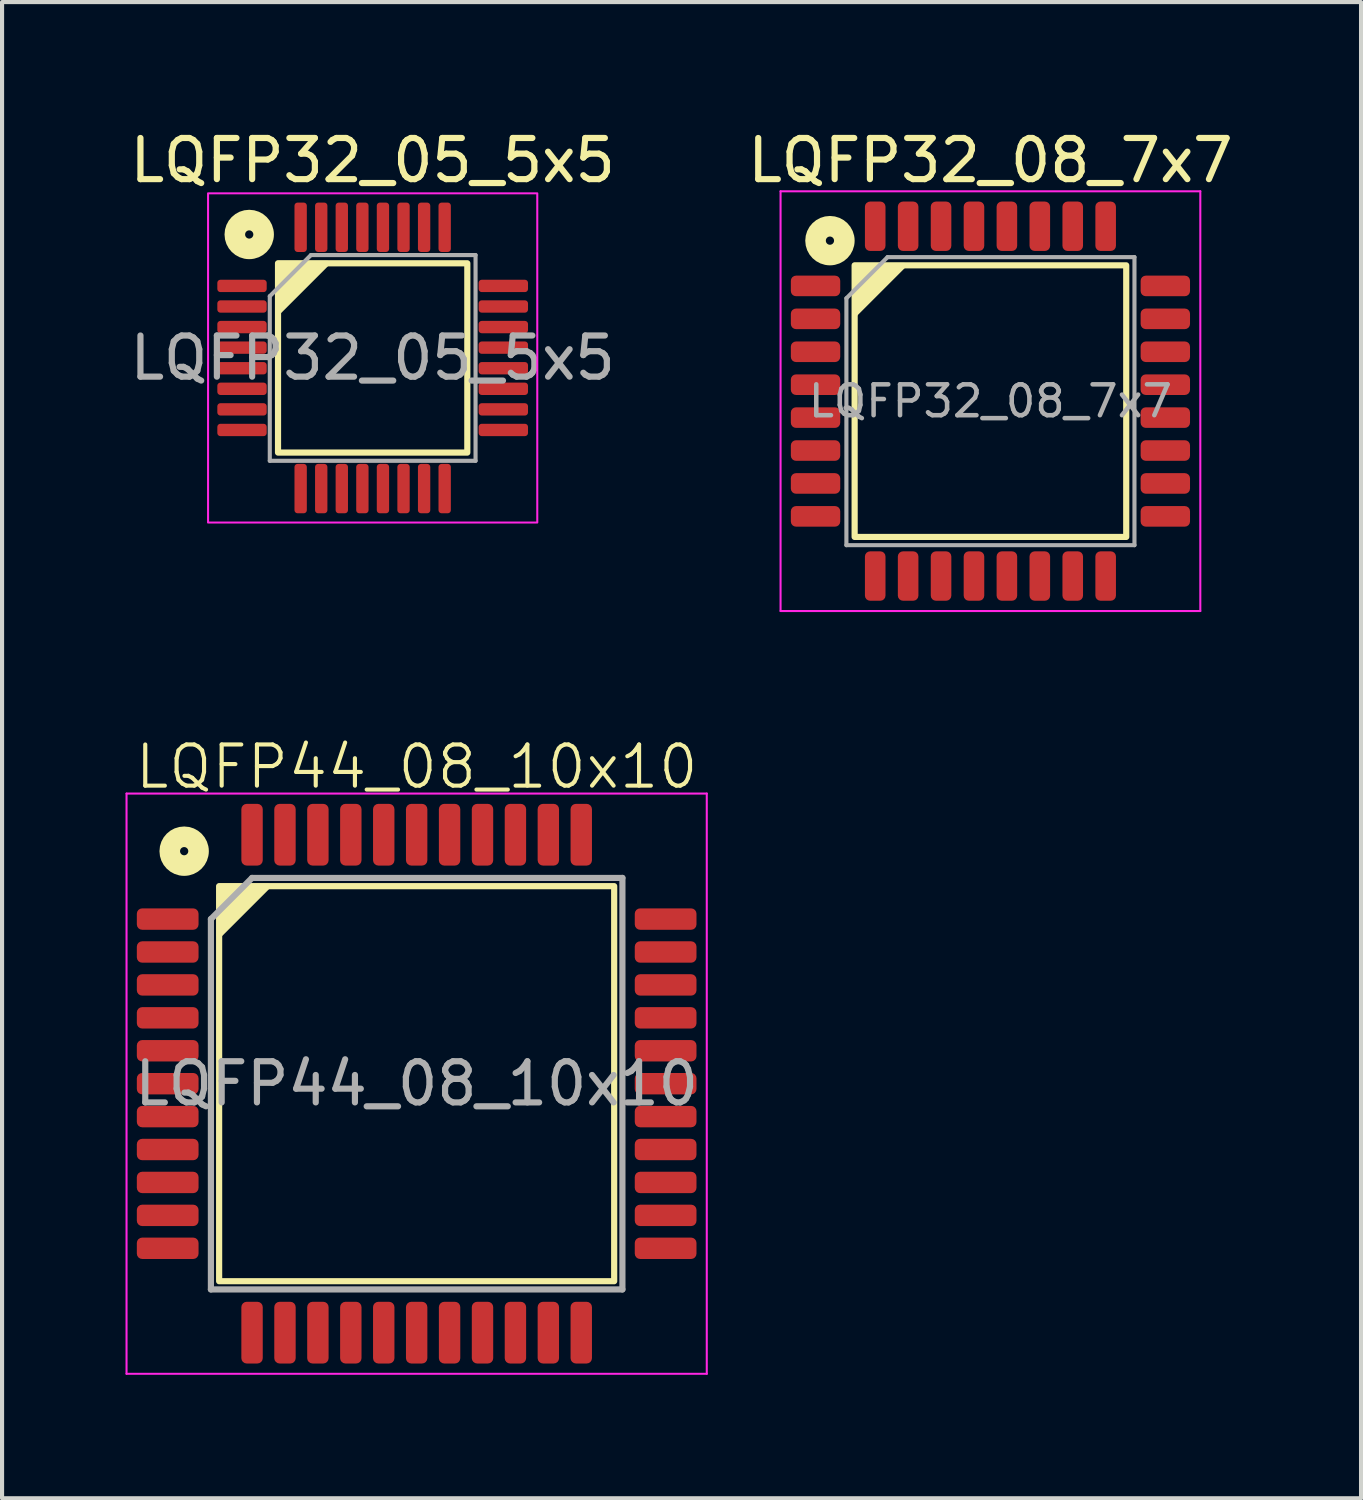
<source format=kicad_pcb>
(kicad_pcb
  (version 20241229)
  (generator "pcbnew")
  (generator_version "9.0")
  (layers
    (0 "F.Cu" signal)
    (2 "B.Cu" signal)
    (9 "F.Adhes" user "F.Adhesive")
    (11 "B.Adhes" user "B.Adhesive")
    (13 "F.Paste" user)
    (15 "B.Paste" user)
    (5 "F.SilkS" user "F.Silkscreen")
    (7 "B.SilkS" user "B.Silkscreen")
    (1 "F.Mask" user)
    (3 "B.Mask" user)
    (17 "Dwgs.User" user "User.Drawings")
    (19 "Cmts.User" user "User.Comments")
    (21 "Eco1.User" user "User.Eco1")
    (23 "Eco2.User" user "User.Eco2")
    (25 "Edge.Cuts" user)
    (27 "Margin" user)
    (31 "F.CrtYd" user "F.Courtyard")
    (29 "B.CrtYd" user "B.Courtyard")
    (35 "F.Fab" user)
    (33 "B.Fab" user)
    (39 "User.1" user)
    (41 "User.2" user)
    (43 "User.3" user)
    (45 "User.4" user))
  (footprint "LQFP32_05_5x5"
    (layer "F.Cu")
    (at 6.006 5.648)
    (property "Reference" "LQFP32_05_5x5" (at 0 -4.8 0) (layer "F.SilkS") (effects (font (size 1 1) (thickness 0.15))))
    (attr smd)
    (fp_rect (start -2.3 -2.3) (end 2.3 2.3) (stroke (width 0.15) (type default)) (fill no) (layer "F.SilkS"))
    (fp_circle (center -3 -3) (end -2.9 -3) (stroke (width 0.5) (type solid)) (fill no) (layer "F.SilkS"))
    (fp_poly (pts (xy -2.3 -1.1) (xy -2.3 -2.3) (xy -1.1 -2.3)) (stroke (width 0.12) (type solid)) (fill yes) (layer "F.SilkS"))
    (fp_rect (start -4 -4) (end 4 4) (stroke (width 0.05) (type default)) (fill no) (layer "F.CrtYd"))
    (fp_line (start -2.5 -1.5) (end -1.5 -2.5) (stroke (width 0.1) (type solid)) (layer "F.Fab"))
    (fp_line (start -2.5 2.5) (end -2.5 -1.5) (stroke (width 0.1) (type solid)) (layer "F.Fab"))
    (fp_line (start -1.5 -2.5) (end 2.5 -2.5) (stroke (width 0.1) (type solid)) (layer "F.Fab"))
    (fp_line (start 2.5 -2.5) (end 2.5 2.5) (stroke (width 0.1) (type solid)) (layer "F.Fab"))
    (fp_line (start 2.5 2.5) (end -2.5 2.5) (stroke (width 0.1) (type solid)) (layer "F.Fab"))
    (fp_text user "${REFERENCE}" (at 0 0 0) (layer "F.Fab") (effects (font (size 1 1) (thickness 0.15))))
    (pad "1" smd roundrect (at -3.175 -1.75) (size 1.2 0.3) (layers "F.Cu" "F.Mask" "F.Paste") (roundrect_rratio 0.25))
    (pad "2" smd roundrect (at -3.175 -1.25) (size 1.2 0.3) (layers "F.Cu" "F.Mask" "F.Paste") (roundrect_rratio 0.25))
    (pad "3" smd roundrect (at -3.175 -0.75) (size 1.2 0.3) (layers "F.Cu" "F.Mask" "F.Paste") (roundrect_rratio 0.25))
    (pad "4" smd roundrect (at -3.175 -0.25) (size 1.2 0.3) (layers "F.Cu" "F.Mask" "F.Paste") (roundrect_rratio 0.25))
    (pad "5" smd roundrect (at -3.175 0.25) (size 1.2 0.3) (layers "F.Cu" "F.Mask" "F.Paste") (roundrect_rratio 0.25))
    (pad "6" smd roundrect (at -3.175 0.75) (size 1.2 0.3) (layers "F.Cu" "F.Mask" "F.Paste") (roundrect_rratio 0.25))
    (pad "7" smd roundrect (at -3.175 1.25) (size 1.2 0.3) (layers "F.Cu" "F.Mask" "F.Paste") (roundrect_rratio 0.25))
    (pad "8" smd roundrect (at -3.175 1.75) (size 1.2 0.3) (layers "F.Cu" "F.Mask" "F.Paste") (roundrect_rratio 0.25))
    (pad "9" smd roundrect (at -1.75 3.175) (size 0.3 1.2) (layers "F.Cu" "F.Mask" "F.Paste") (roundrect_rratio 0.25))
    (pad "10" smd roundrect (at -1.25 3.175) (size 0.3 1.2) (layers "F.Cu" "F.Mask" "F.Paste") (roundrect_rratio 0.25))
    (pad "11" smd roundrect (at -0.75 3.175) (size 0.3 1.2) (layers "F.Cu" "F.Mask" "F.Paste") (roundrect_rratio 0.25))
    (pad "12" smd roundrect (at -0.25 3.175) (size 0.3 1.2) (layers "F.Cu" "F.Mask" "F.Paste") (roundrect_rratio 0.25))
    (pad "13" smd roundrect (at 0.25 3.175) (size 0.3 1.2) (layers "F.Cu" "F.Mask" "F.Paste") (roundrect_rratio 0.25))
    (pad "14" smd roundrect (at 0.75 3.175) (size 0.3 1.2) (layers "F.Cu" "F.Mask" "F.Paste") (roundrect_rratio 0.25))
    (pad "15" smd roundrect (at 1.25 3.175) (size 0.3 1.2) (layers "F.Cu" "F.Mask" "F.Paste") (roundrect_rratio 0.25))
    (pad "16" smd roundrect (at 1.75 3.175) (size 0.3 1.2) (layers "F.Cu" "F.Mask" "F.Paste") (roundrect_rratio 0.25))
    (pad "17" smd roundrect (at 3.175 1.75) (size 1.2 0.3) (layers "F.Cu" "F.Mask" "F.Paste") (roundrect_rratio 0.25))
    (pad "18" smd roundrect (at 3.175 1.25) (size 1.2 0.3) (layers "F.Cu" "F.Mask" "F.Paste") (roundrect_rratio 0.25))
    (pad "19" smd roundrect (at 3.175 0.75) (size 1.2 0.3) (layers "F.Cu" "F.Mask" "F.Paste") (roundrect_rratio 0.25))
    (pad "20" smd roundrect (at 3.175 0.25) (size 1.2 0.3) (layers "F.Cu" "F.Mask" "F.Paste") (roundrect_rratio 0.25))
    (pad "21" smd roundrect (at 3.175 -0.25) (size 1.2 0.3) (layers "F.Cu" "F.Mask" "F.Paste") (roundrect_rratio 0.25))
    (pad "22" smd roundrect (at 3.175 -0.75) (size 1.2 0.3) (layers "F.Cu" "F.Mask" "F.Paste") (roundrect_rratio 0.25))
    (pad "23" smd roundrect (at 3.175 -1.25) (size 1.2 0.3) (layers "F.Cu" "F.Mask" "F.Paste") (roundrect_rratio 0.25))
    (pad "24" smd roundrect (at 3.175 -1.75) (size 1.2 0.3) (layers "F.Cu" "F.Mask" "F.Paste") (roundrect_rratio 0.25))
    (pad "25" smd roundrect (at 1.75 -3.175) (size 0.3 1.2) (layers "F.Cu" "F.Mask" "F.Paste") (roundrect_rratio 0.25))
    (pad "26" smd roundrect (at 1.25 -3.175) (size 0.3 1.2) (layers "F.Cu" "F.Mask" "F.Paste") (roundrect_rratio 0.25))
    (pad "27" smd roundrect (at 0.75 -3.175) (size 0.3 1.2) (layers "F.Cu" "F.Mask" "F.Paste") (roundrect_rratio 0.25))
    (pad "28" smd roundrect (at 0.25 -3.175) (size 0.3 1.2) (layers "F.Cu" "F.Mask" "F.Paste") (roundrect_rratio 0.25))
    (pad "29" smd roundrect (at -0.25 -3.175) (size 0.3 1.2) (layers "F.Cu" "F.Mask" "F.Paste") (roundrect_rratio 0.25))
    (pad "30" smd roundrect (at -0.75 -3.175) (size 0.3 1.2) (layers "F.Cu" "F.Mask" "F.Paste") (roundrect_rratio 0.25))
    (pad "31" smd roundrect (at -1.25 -3.175) (size 0.3 1.2) (layers "F.Cu" "F.Mask" "F.Paste") (roundrect_rratio 0.25))
    (pad "32" smd roundrect (at -1.75 -3.175) (size 0.3 1.2) (layers "F.Cu" "F.Mask" "F.Paste") (roundrect_rratio 0.25)))
  (footprint "LQFP44_08_10x10"
    (layer "F.Cu")
    (at 7.075 23.284)
    (property "Reference" "LQFP44_08_10x10" (at 0 -7.7 0) (unlocked yes) (layer "F.SilkS") (effects (font (size 1 1) (thickness 0.1))))
    (attr smd)
    (fp_rect (start -4.8 4.8) (end 4.8 -4.8) (stroke (width 0.15) (type solid)) (fill no) (layer "F.SilkS"))
    (fp_circle (center -5.65 -5.65) (end -5.55 -5.65) (stroke (width 0.5) (type solid)) (fill no) (layer "F.SilkS"))
    (fp_poly (pts (xy -4.8 -3.6) (xy -4.8 -4.8) (xy -3.6 -4.8)) (stroke (width 0.12) (type solid)) (fill yes) (layer "F.SilkS"))
    (fp_line (start -7.05 -7.05) (end -7.05 7.05) (stroke (width 0.05) (type solid)) (layer "F.CrtYd"))
    (fp_line (start -7.05 -7.05) (end 7.05 -7.05) (stroke (width 0.05) (type solid)) (layer "F.CrtYd"))
    (fp_line (start -7.05 7.05) (end 7.05 7.05) (stroke (width 0.05) (type solid)) (layer "F.CrtYd"))
    (fp_line (start 7.05 -7.05) (end 7.05 7.05) (stroke (width 0.05) (type solid)) (layer "F.CrtYd"))
    (fp_line (start -5 -4) (end -4 -5) (stroke (width 0.15) (type solid)) (layer "F.Fab"))
    (fp_line (start -5 5) (end -5 -4) (stroke (width 0.15) (type solid)) (layer "F.Fab"))
    (fp_line (start -4 -5) (end 5 -5) (stroke (width 0.15) (type solid)) (layer "F.Fab"))
    (fp_line (start 5 -5) (end 5 5) (stroke (width 0.15) (type solid)) (layer "F.Fab"))
    (fp_line (start 5 5) (end -5 5) (stroke (width 0.15) (type solid)) (layer "F.Fab"))
    (fp_text user "${REFERENCE}" (at 0 0 0) (layer "F.Fab") (effects (font (size 1 1) (thickness 0.15))))
    (pad "1" smd roundrect (at -6.05 -4) (size 1.5 0.52) (layers "F.Cu" "F.Mask" "F.Paste") (roundrect_rratio 0.25))
    (pad "2" smd roundrect (at -6.05 -3.2) (size 1.5 0.52) (layers "F.Cu" "F.Mask" "F.Paste") (roundrect_rratio 0.25))
    (pad "3" smd roundrect (at -6.05 -2.4) (size 1.5 0.52) (layers "F.Cu" "F.Mask" "F.Paste") (roundrect_rratio 0.25))
    (pad "4" smd roundrect (at -6.05 -1.6) (size 1.5 0.52) (layers "F.Cu" "F.Mask" "F.Paste") (roundrect_rratio 0.25))
    (pad "5" smd roundrect (at -6.05 -0.8) (size 1.5 0.52) (layers "F.Cu" "F.Mask" "F.Paste") (roundrect_rratio 0.25))
    (pad "6" smd roundrect (at -6.05 0) (size 1.5 0.52) (layers "F.Cu" "F.Mask" "F.Paste") (roundrect_rratio 0.25))
    (pad "7" smd roundrect (at -6.05 0.8) (size 1.5 0.52) (layers "F.Cu" "F.Mask" "F.Paste") (roundrect_rratio 0.25))
    (pad "8" smd roundrect (at -6.05 1.6) (size 1.5 0.52) (layers "F.Cu" "F.Mask" "F.Paste") (roundrect_rratio 0.25))
    (pad "9" smd roundrect (at -6.05 2.4) (size 1.5 0.52) (layers "F.Cu" "F.Mask" "F.Paste") (roundrect_rratio 0.25))
    (pad "10" smd roundrect (at -6.05 3.2) (size 1.5 0.52) (layers "F.Cu" "F.Mask" "F.Paste") (roundrect_rratio 0.25))
    (pad "11" smd roundrect (at -6.05 4) (size 1.5 0.52) (layers "F.Cu" "F.Mask" "F.Paste") (roundrect_rratio 0.25))
    (pad "12" smd roundrect (at -4 6.05) (size 0.52 1.5) (layers "F.Cu" "F.Mask" "F.Paste") (roundrect_rratio 0.25))
    (pad "13" smd roundrect (at -3.2 6.05) (size 0.52 1.5) (layers "F.Cu" "F.Mask" "F.Paste") (roundrect_rratio 0.25))
    (pad "14" smd roundrect (at -2.4 6.05) (size 0.52 1.5) (layers "F.Cu" "F.Mask" "F.Paste") (roundrect_rratio 0.25))
    (pad "15" smd roundrect (at -1.6 6.05) (size 0.52 1.5) (layers "F.Cu" "F.Mask" "F.Paste") (roundrect_rratio 0.25))
    (pad "16" smd roundrect (at -0.8 6.05) (size 0.52 1.5) (layers "F.Cu" "F.Mask" "F.Paste") (roundrect_rratio 0.25))
    (pad "17" smd roundrect (at 0 6.05) (size 0.52 1.5) (layers "F.Cu" "F.Mask" "F.Paste") (roundrect_rratio 0.25))
    (pad "18" smd roundrect (at 0.8 6.05) (size 0.52 1.5) (layers "F.Cu" "F.Mask" "F.Paste") (roundrect_rratio 0.25))
    (pad "19" smd roundrect (at 1.6 6.05) (size 0.52 1.5) (layers "F.Cu" "F.Mask" "F.Paste") (roundrect_rratio 0.25))
    (pad "20" smd roundrect (at 2.4 6.05) (size 0.52 1.5) (layers "F.Cu" "F.Mask" "F.Paste") (roundrect_rratio 0.25))
    (pad "21" smd roundrect (at 3.2 6.05) (size 0.52 1.5) (layers "F.Cu" "F.Mask" "F.Paste") (roundrect_rratio 0.25))
    (pad "22" smd roundrect (at 4 6.05) (size 0.52 1.5) (layers "F.Cu" "F.Mask" "F.Paste") (roundrect_rratio 0.25))
    (pad "23" smd roundrect (at 6.05 4) (size 1.5 0.52) (layers "F.Cu" "F.Mask" "F.Paste") (roundrect_rratio 0.25))
    (pad "24" smd roundrect (at 6.05 3.2) (size 1.5 0.52) (layers "F.Cu" "F.Mask" "F.Paste") (roundrect_rratio 0.25))
    (pad "25" smd roundrect (at 6.05 2.4) (size 1.5 0.52) (layers "F.Cu" "F.Mask" "F.Paste") (roundrect_rratio 0.25))
    (pad "26" smd roundrect (at 6.05 1.6) (size 1.5 0.52) (layers "F.Cu" "F.Mask" "F.Paste") (roundrect_rratio 0.25))
    (pad "27" smd roundrect (at 6.05 0.8) (size 1.5 0.52) (layers "F.Cu" "F.Mask" "F.Paste") (roundrect_rratio 0.25))
    (pad "28" smd roundrect (at 6.05 0) (size 1.5 0.52) (layers "F.Cu" "F.Mask" "F.Paste") (roundrect_rratio 0.25))
    (pad "29" smd roundrect (at 6.05 -0.8) (size 1.5 0.52) (layers "F.Cu" "F.Mask" "F.Paste") (roundrect_rratio 0.25))
    (pad "30" smd roundrect (at 6.05 -1.6) (size 1.5 0.52) (layers "F.Cu" "F.Mask" "F.Paste") (roundrect_rratio 0.25))
    (pad "31" smd roundrect (at 6.05 -2.4) (size 1.5 0.52) (layers "F.Cu" "F.Mask" "F.Paste") (roundrect_rratio 0.25))
    (pad "32" smd roundrect (at 6.05 -3.2) (size 1.5 0.52) (layers "F.Cu" "F.Mask" "F.Paste") (roundrect_rratio 0.25))
    (pad "33" smd roundrect (at 6.05 -4) (size 1.5 0.52) (layers "F.Cu" "F.Mask" "F.Paste") (roundrect_rratio 0.25))
    (pad "34" smd roundrect (at 4 -6.05) (size 0.52 1.5) (layers "F.Cu" "F.Mask" "F.Paste") (roundrect_rratio 0.25))
    (pad "35" smd roundrect (at 3.2 -6.05) (size 0.52 1.5) (layers "F.Cu" "F.Mask" "F.Paste") (roundrect_rratio 0.25))
    (pad "36" smd roundrect (at 2.4 -6.05) (size 0.52 1.5) (layers "F.Cu" "F.Mask" "F.Paste") (roundrect_rratio 0.25))
    (pad "37" smd roundrect (at 1.6 -6.05) (size 0.52 1.5) (layers "F.Cu" "F.Mask" "F.Paste") (roundrect_rratio 0.25))
    (pad "38" smd roundrect (at 0.8 -6.05) (size 0.52 1.5) (layers "F.Cu" "F.Mask" "F.Paste") (roundrect_rratio 0.25))
    (pad "39" smd roundrect (at 0 -6.05) (size 0.52 1.5) (layers "F.Cu" "F.Mask" "F.Paste") (roundrect_rratio 0.25))
    (pad "40" smd roundrect (at -0.8 -6.05) (size 0.52 1.5) (layers "F.Cu" "F.Mask" "F.Paste") (roundrect_rratio 0.25))
    (pad "41" smd roundrect (at -1.6 -6.05) (size 0.52 1.5) (layers "F.Cu" "F.Mask" "F.Paste") (roundrect_rratio 0.25))
    (pad "42" smd roundrect (at -2.4 -6.05) (size 0.52 1.5) (layers "F.Cu" "F.Mask" "F.Paste") (roundrect_rratio 0.25))
    (pad "43" smd roundrect (at -3.2 -6.05) (size 0.52 1.5) (layers "F.Cu" "F.Mask" "F.Paste") (roundrect_rratio 0.25))
    (pad "44" smd roundrect (at -4 -6.05) (size 0.52 1.5) (layers "F.Cu" "F.Mask" "F.Paste") (roundrect_rratio 0.25)))
  (footprint "LQFP32_08_7x7"
    (layer "F.Cu")
    (at 21.018 6.698)
    (property "Reference" "LQFP32_08_7x7" (at 0 -5.85 0) (layer "F.SilkS") (effects (font (size 1 1) (thickness 0.15))))
    (attr smd)
    (fp_rect (start -3.3 3.3) (end 3.3 -3.3) (stroke (width 0.15) (type solid)) (fill no) (layer "F.SilkS"))
    (fp_circle (center -3.9 -3.9) (end -3.8 -3.9) (stroke (width 0.5) (type solid)) (fill no) (layer "F.SilkS"))
    (fp_poly (pts (xy -3.3 -2.1) (xy -3.3 -3.3) (xy -2.1 -3.3)) (stroke (width 0.12) (type solid)) (fill yes) (layer "F.SilkS"))
    (fp_line (start -5.1 -5.1) (end 5.1 -5.1) (stroke (width 0.05) (type solid)) (layer "F.CrtYd"))
    (fp_line (start -5.1 5.1) (end -5.1 -5.1) (stroke (width 0.05) (type solid)) (layer "F.CrtYd"))
    (fp_line (start 5.1 -5.1) (end 5.1 5.1) (stroke (width 0.05) (type solid)) (layer "F.CrtYd"))
    (fp_line (start 5.1 5.1) (end -5.1 5.1) (stroke (width 0.05) (type solid)) (layer "F.CrtYd"))
    (fp_line (start -3.5 -2.5) (end -3.5 3.5) (stroke (width 0.1) (type solid)) (layer "F.Fab"))
    (fp_line (start -3.5 3.5) (end 3.5 3.5) (stroke (width 0.1) (type solid)) (layer "F.Fab"))
    (fp_line (start -2.5 -3.5) (end -3.5 -2.5) (stroke (width 0.1) (type solid)) (layer "F.Fab"))
    (fp_line (start 3.5 -3.5) (end -2.5 -3.5) (stroke (width 0.1) (type solid)) (layer "F.Fab"))
    (fp_line (start 3.5 3.5) (end 3.5 -3.5) (stroke (width 0.1) (type solid)) (layer "F.Fab"))
    (fp_text user "${REFERENCE}" (at 0 0 0) (layer "F.Fab") (effects (font (size 0.75 0.75) (thickness 0.11))))
    (pad "1" smd roundrect (at -4.25 -2.8 90) (size 0.5 1.2) (layers "F.Cu" "F.Mask" "F.Paste") (roundrect_rratio 0.25))
    (pad "2" smd roundrect (at -4.25 -2 90) (size 0.5 1.2) (layers "F.Cu" "F.Mask" "F.Paste") (roundrect_rratio 0.25))
    (pad "3" smd roundrect (at -4.25 -1.2 90) (size 0.5 1.2) (layers "F.Cu" "F.Mask" "F.Paste") (roundrect_rratio 0.25))
    (pad "4" smd roundrect (at -4.25 -0.4 90) (size 0.5 1.2) (layers "F.Cu" "F.Mask" "F.Paste") (roundrect_rratio 0.25))
    (pad "5" smd roundrect (at -4.25 0.4 90) (size 0.5 1.2) (layers "F.Cu" "F.Mask" "F.Paste") (roundrect_rratio 0.25))
    (pad "6" smd roundrect (at -4.25 1.2 90) (size 0.5 1.2) (layers "F.Cu" "F.Mask" "F.Paste") (roundrect_rratio 0.25))
    (pad "7" smd roundrect (at -4.25 2 90) (size 0.5 1.2) (layers "F.Cu" "F.Mask" "F.Paste") (roundrect_rratio 0.25))
    (pad "8" smd roundrect (at -4.25 2.8 90) (size 0.5 1.2) (layers "F.Cu" "F.Mask" "F.Paste") (roundrect_rratio 0.25))
    (pad "9" smd roundrect (at -2.8 4.25) (size 0.5 1.2) (layers "F.Cu" "F.Mask" "F.Paste") (roundrect_rratio 0.25))
    (pad "10" smd roundrect (at -2 4.25) (size 0.5 1.2) (layers "F.Cu" "F.Mask" "F.Paste") (roundrect_rratio 0.25))
    (pad "11" smd roundrect (at -1.2 4.25) (size 0.5 1.2) (layers "F.Cu" "F.Mask" "F.Paste") (roundrect_rratio 0.25))
    (pad "12" smd roundrect (at -0.4 4.25) (size 0.5 1.2) (layers "F.Cu" "F.Mask" "F.Paste") (roundrect_rratio 0.25))
    (pad "13" smd roundrect (at 0.4 4.25) (size 0.5 1.2) (layers "F.Cu" "F.Mask" "F.Paste") (roundrect_rratio 0.25))
    (pad "14" smd roundrect (at 1.2 4.25) (size 0.5 1.2) (layers "F.Cu" "F.Mask" "F.Paste") (roundrect_rratio 0.25))
    (pad "15" smd roundrect (at 2 4.25) (size 0.5 1.2) (layers "F.Cu" "F.Mask" "F.Paste") (roundrect_rratio 0.25))
    (pad "16" smd roundrect (at 2.8 4.25) (size 0.5 1.2) (layers "F.Cu" "F.Mask" "F.Paste") (roundrect_rratio 0.25))
    (pad "17" smd roundrect (at 4.25 2.8 90) (size 0.5 1.2) (layers "F.Cu" "F.Mask" "F.Paste") (roundrect_rratio 0.25))
    (pad "18" smd roundrect (at 4.25 2 90) (size 0.5 1.2) (layers "F.Cu" "F.Mask" "F.Paste") (roundrect_rratio 0.25))
    (pad "19" smd roundrect (at 4.25 1.2 90) (size 0.5 1.2) (layers "F.Cu" "F.Mask" "F.Paste") (roundrect_rratio 0.25))
    (pad "20" smd roundrect (at 4.25 0.4 90) (size 0.5 1.2) (layers "F.Cu" "F.Mask" "F.Paste") (roundrect_rratio 0.25))
    (pad "21" smd roundrect (at 4.25 -0.4 90) (size 0.5 1.2) (layers "F.Cu" "F.Mask" "F.Paste") (roundrect_rratio 0.25))
    (pad "22" smd roundrect (at 4.25 -1.2 90) (size 0.5 1.2) (layers "F.Cu" "F.Mask" "F.Paste") (roundrect_rratio 0.25))
    (pad "23" smd roundrect (at 4.25 -2 90) (size 0.5 1.2) (layers "F.Cu" "F.Mask" "F.Paste") (roundrect_rratio 0.25))
    (pad "24" smd roundrect (at 4.25 -2.8 90) (size 0.5 1.2) (layers "F.Cu" "F.Mask" "F.Paste") (roundrect_rratio 0.25))
    (pad "25" smd roundrect (at 2.8 -4.25) (size 0.5 1.2) (layers "F.Cu" "F.Mask" "F.Paste") (roundrect_rratio 0.25))
    (pad "26" smd roundrect (at 2 -4.25) (size 0.5 1.2) (layers "F.Cu" "F.Mask" "F.Paste") (roundrect_rratio 0.25))
    (pad "27" smd roundrect (at 1.2 -4.25) (size 0.5 1.2) (layers "F.Cu" "F.Mask" "F.Paste") (roundrect_rratio 0.25))
    (pad "28" smd roundrect (at 0.4 -4.25) (size 0.5 1.2) (layers "F.Cu" "F.Mask" "F.Paste") (roundrect_rratio 0.25))
    (pad "29" smd roundrect (at -0.4 -4.25) (size 0.5 1.2) (layers "F.Cu" "F.Mask" "F.Paste") (roundrect_rratio 0.25))
    (pad "30" smd roundrect (at -1.2 -4.25) (size 0.5 1.2) (layers "F.Cu" "F.Mask" "F.Paste") (roundrect_rratio 0.25))
    (pad "31" smd roundrect (at -2 -4.25) (size 0.5 1.2) (layers "F.Cu" "F.Mask" "F.Paste") (roundrect_rratio 0.25))
    (pad "32" smd roundrect (at -2.8 -4.25) (size 0.5 1.2) (layers "F.Cu" "F.Mask" "F.Paste") (roundrect_rratio 0.25)))
  (gr_rect
    (start -3 -3)
    (end 30.024 33.359)
    (stroke (width 0.1) (type default))
    (fill no)
    (layer "Edge.Cuts")))
</source>
